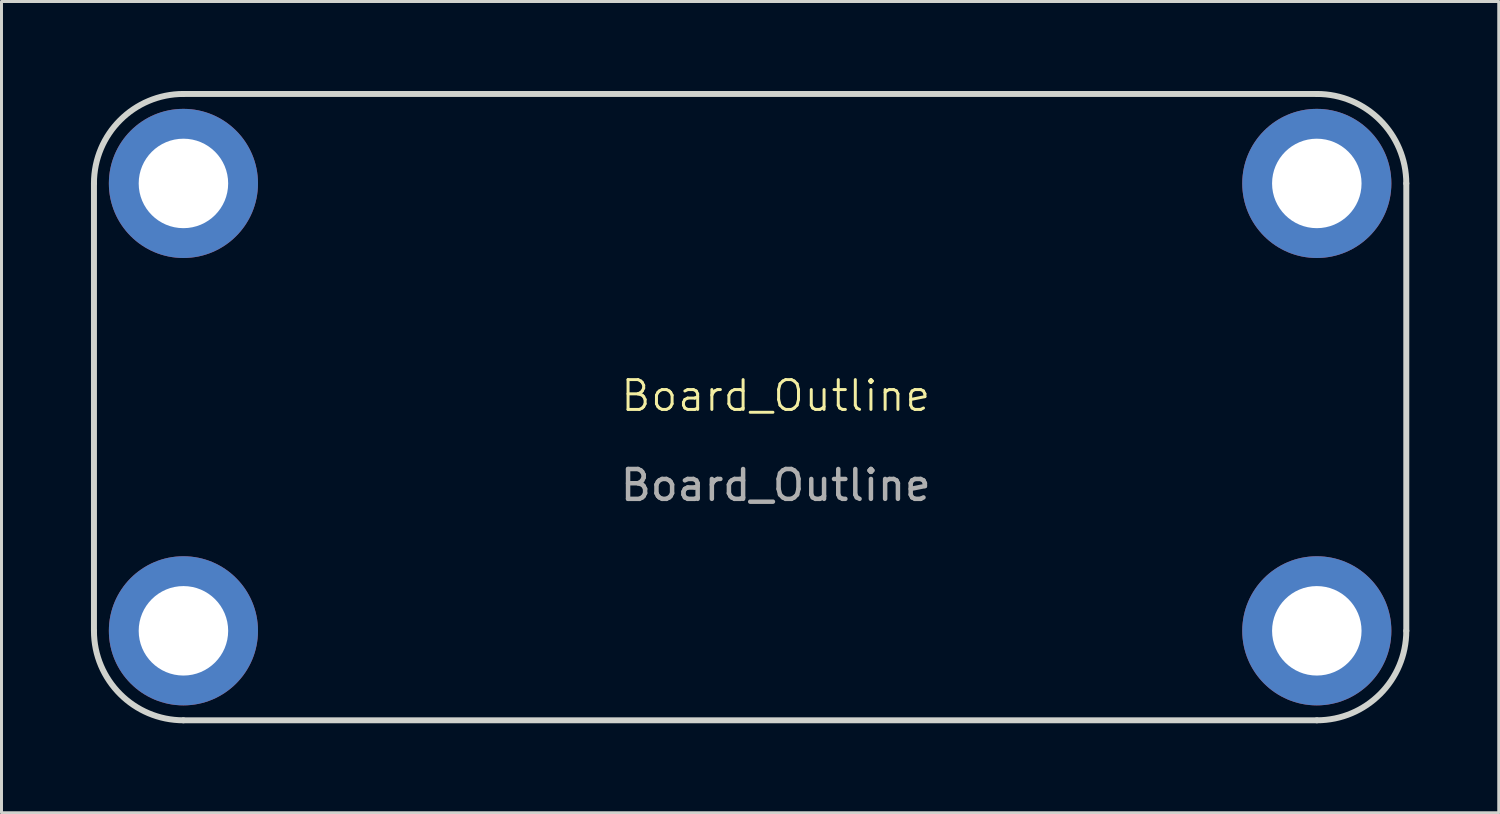
<source format=kicad_pcb>
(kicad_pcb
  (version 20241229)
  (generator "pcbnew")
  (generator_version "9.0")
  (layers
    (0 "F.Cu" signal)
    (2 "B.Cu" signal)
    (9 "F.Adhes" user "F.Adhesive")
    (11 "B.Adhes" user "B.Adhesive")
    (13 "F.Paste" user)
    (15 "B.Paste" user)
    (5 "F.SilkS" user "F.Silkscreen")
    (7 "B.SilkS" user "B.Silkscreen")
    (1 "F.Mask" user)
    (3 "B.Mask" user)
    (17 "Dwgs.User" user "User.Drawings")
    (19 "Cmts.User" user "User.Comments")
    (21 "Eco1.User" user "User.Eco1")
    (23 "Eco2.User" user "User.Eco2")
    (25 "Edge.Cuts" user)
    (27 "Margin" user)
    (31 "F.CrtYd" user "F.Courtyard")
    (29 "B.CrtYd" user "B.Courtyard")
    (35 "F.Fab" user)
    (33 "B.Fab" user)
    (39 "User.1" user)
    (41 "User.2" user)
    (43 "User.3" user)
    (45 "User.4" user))
  (footprint "Board_Outline"
    (layer "F.Cu")
    (at 24.1 10.1)
    (property "Reference" "Board_Outline" (at -1.14 0.12 0) (unlocked yes) (layer "F.SilkS") (effects (font (size 1 1) (thickness 0.1))))
    (attr through_hole)
    (fp_line (start -24 -7) (end -24 8) (stroke (width 0.2) (type solid)) (layer "Edge.Cuts"))
    (fp_line (start -21 -10) (end 17 -10) (stroke (width 0.2) (type solid)) (layer "Edge.Cuts"))
    (fp_line (start -21 11) (end 17 11) (stroke (width 0.2) (type solid)) (layer "Edge.Cuts"))
    (fp_line (start 20 -7) (end 20 8) (stroke (width 0.2) (type solid)) (layer "Edge.Cuts"))
    (fp_arc (start -24 -7) (mid -23.12132 -9.12132) (end -21 -10) (stroke (width 0.2) (type solid)) (layer "Edge.Cuts"))
    (fp_arc (start -21 11) (mid -23.12132 10.12132) (end -24 8) (stroke (width 0.2) (type solid)) (layer "Edge.Cuts"))
    (fp_arc (start 17 -10) (mid 19.12132 -9.12132) (end 20 -7) (stroke (width 0.2) (type solid)) (layer "Edge.Cuts"))
    (fp_arc (start 20 8) (mid 19.12132 10.12132) (end 17 11) (stroke (width 0.2) (type solid)) (layer "Edge.Cuts"))
    (fp_text user "${REFERENCE}" (at -1.14 3.12 0) (unlocked yes) (layer "F.Fab") (effects (font (size 1 1) (thickness 0.15))))
    (pad "1" thru_hole circle (at -21 -7) (size 5 5) (drill 3) (layers "*.Cu" "*.Mask"))
    (pad "1" thru_hole circle (at -21 8) (size 5 5) (drill 3) (layers "*.Cu" "*.Mask"))
    (pad "1" thru_hole circle (at 17 -7) (size 5 5) (drill 3) (layers "*.Cu" "*.Mask"))
    (pad "1" thru_hole circle (at 17 8) (size 5 5) (drill 3) (layers "*.Cu" "*.Mask")))
  (gr_rect
    (start -3 -3)
    (end 47.2 24.2)
    (stroke (width 0.1) (type default))
    (fill no)
    (layer "Edge.Cuts")))
</source>
